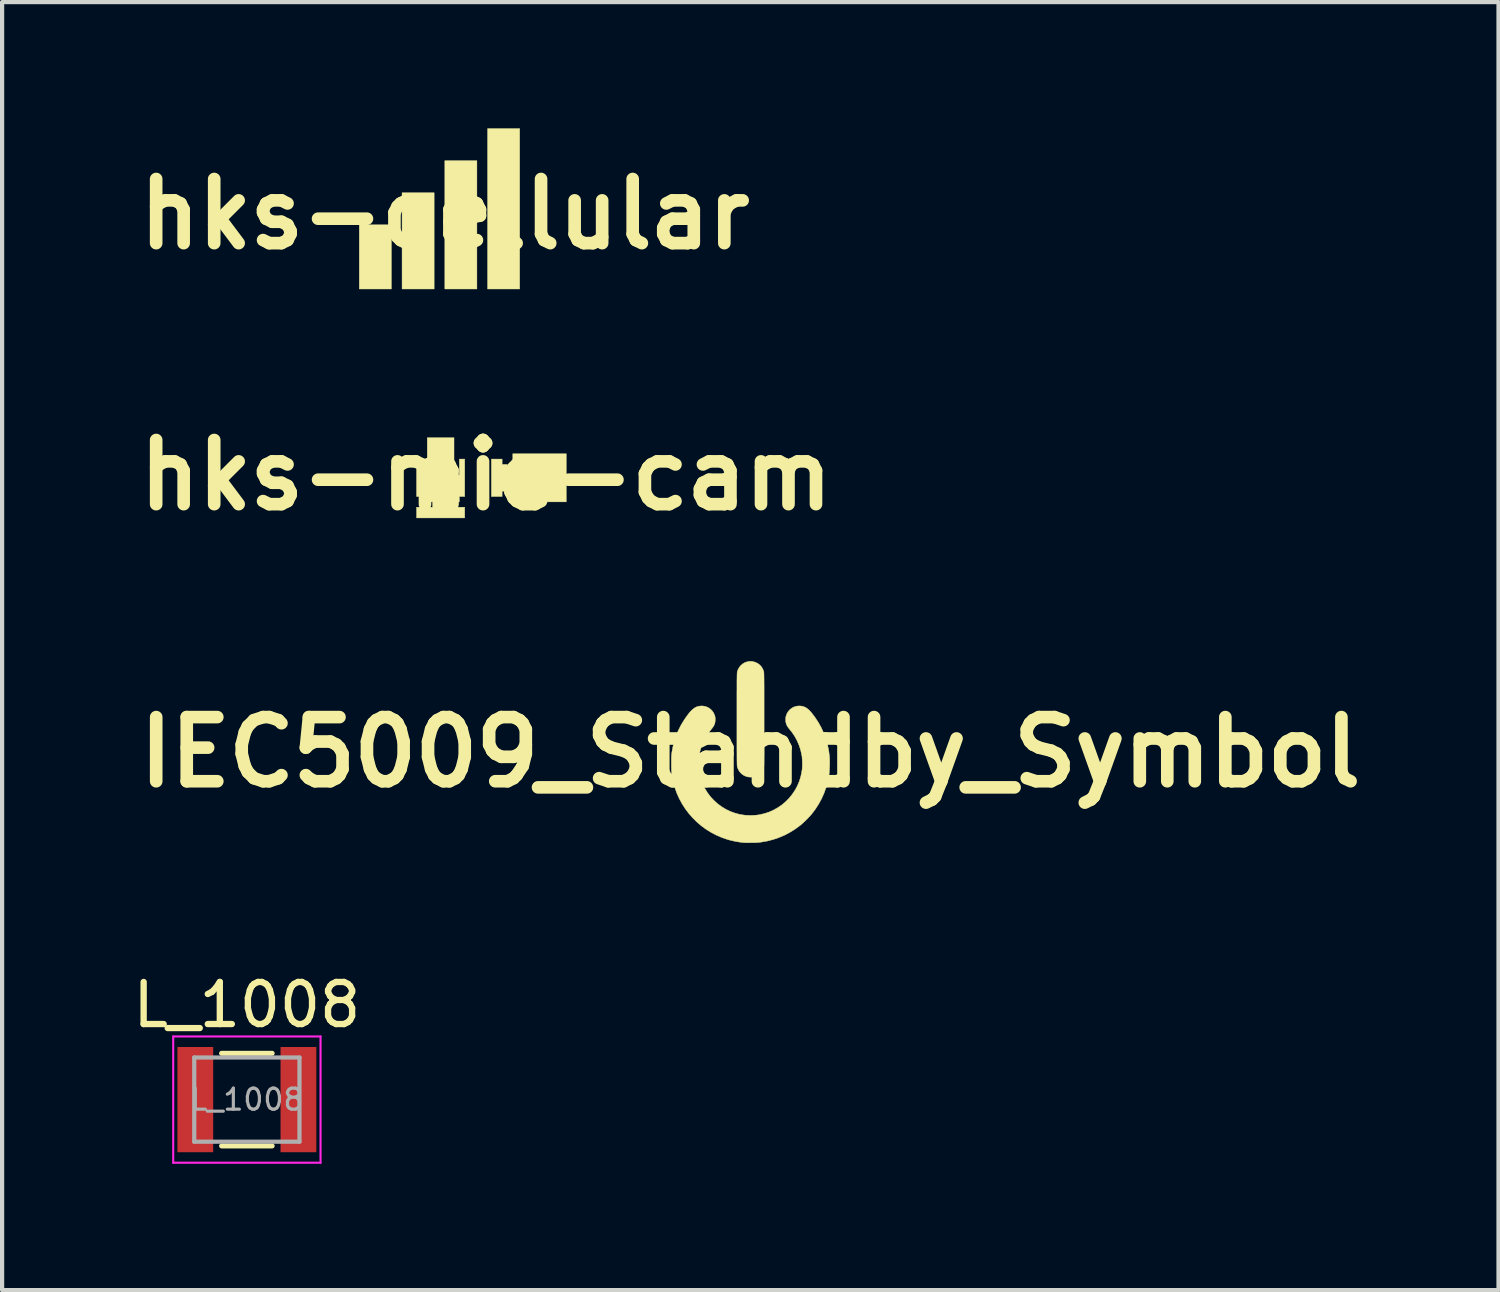
<source format=kicad_pcb>
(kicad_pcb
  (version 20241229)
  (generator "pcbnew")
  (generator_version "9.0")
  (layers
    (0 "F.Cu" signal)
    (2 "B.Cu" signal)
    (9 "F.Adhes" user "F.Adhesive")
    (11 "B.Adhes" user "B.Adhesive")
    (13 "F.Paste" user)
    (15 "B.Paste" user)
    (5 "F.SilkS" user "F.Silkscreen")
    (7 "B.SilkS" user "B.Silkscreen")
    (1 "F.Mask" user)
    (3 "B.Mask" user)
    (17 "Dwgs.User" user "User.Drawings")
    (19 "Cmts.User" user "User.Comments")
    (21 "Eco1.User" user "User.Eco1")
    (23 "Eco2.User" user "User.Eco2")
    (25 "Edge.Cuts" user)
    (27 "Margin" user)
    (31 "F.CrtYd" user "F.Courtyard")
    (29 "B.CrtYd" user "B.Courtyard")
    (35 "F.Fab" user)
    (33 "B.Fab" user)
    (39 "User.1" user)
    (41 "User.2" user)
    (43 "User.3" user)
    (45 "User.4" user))
  (footprint "hks-cellular"
    (layer "F.Cu")
    (at 7.518 2.037)
    (property "Reference" "hks-cellular" (at 0 0 0) (layer "F.SilkS") (effects (font (size 1.524 1.524) (thickness 0.3))))
    (attr through_hole)
    (fp_poly (pts (xy -1.27 1.778) (xy -2.032 1.778) (xy -2.032 0.254) (xy -1.27 0.254) (xy -1.27 1.778)) (stroke (width 0.01) (type solid)) (fill yes) (layer "F.SilkS"))
    (fp_poly (pts (xy -0.254 1.778) (xy -1.016 1.778) (xy -1.016 -0.508) (xy -0.254 -0.508) (xy -0.254 1.778)) (stroke (width 0.01) (type solid)) (fill yes) (layer "F.SilkS"))
    (fp_poly (pts (xy 0.762 1.778) (xy 0 1.778) (xy 0 -1.27) (xy 0.762 -1.27) (xy 0.762 1.778)) (stroke (width 0.01) (type solid)) (fill yes) (layer "F.SilkS"))
    (fp_poly (pts (xy 1.778 1.778) (xy 1.016 1.778) (xy 1.016 -2.032) (xy 1.778 -2.032) (xy 1.778 1.778)) (stroke (width 0.01) (type solid)) (fill yes) (layer "F.SilkS")))
  (footprint "L_1008"
    (layer "F.Cu")
    (at 2.815 23.074)
    (property "Reference" "L_1008" (at 0 -2.25 0) (layer "F.SilkS") (effects (font (size 1 1) (thickness 0.15))))
    (attr smd)
    (fp_line (start -0.6 -1.1) (end 0.6 -1.1) (stroke (width 0.12) (type solid)) (layer "F.SilkS"))
    (fp_line (start 0.6 1.1) (end -0.6 1.1) (stroke (width 0.12) (type solid)) (layer "F.SilkS"))
    (fp_line (start -1.75 -1.5) (end -1.75 1.5) (stroke (width 0.05) (type solid)) (layer "F.CrtYd"))
    (fp_line (start -1.75 -1.5) (end 1.75 -1.5) (stroke (width 0.05) (type solid)) (layer "F.CrtYd"))
    (fp_line (start -1.75 1.5) (end 1.75 1.5) (stroke (width 0.05) (type solid)) (layer "F.CrtYd"))
    (fp_line (start 1.75 -1.5) (end 1.75 1.5) (stroke (width 0.05) (type solid)) (layer "F.CrtYd"))
    (fp_line (start -1.25 -1) (end 1.25 -1) (stroke (width 0.1) (type solid)) (layer "F.Fab"))
    (fp_line (start -1.25 1) (end -1.25 -1) (stroke (width 0.1) (type solid)) (layer "F.Fab"))
    (fp_line (start 1.25 -1) (end 1.25 1) (stroke (width 0.1) (type solid)) (layer "F.Fab"))
    (fp_line (start 1.25 1) (end -1.25 1) (stroke (width 0.1) (type solid)) (layer "F.Fab"))
    (fp_text user "${REFERENCE}" (at 0 0 0) (layer "F.Fab") (effects (font (size 0.5 0.5) (thickness 0.075))))
    (pad "1" smd rect (at -1.225 0) (size 0.85 2.5) (layers "F.Cu" "F.Mask" "F.Paste"))
    (pad "2" smd rect (at 1.225 0) (size 0.85 2.5) (layers "F.Cu" "F.Mask" "F.Paste")))
  (footprint "hks-mic-cam"
    (layer "F.Cu")
    (at 8.498 8.238)
    (property "Reference" "hks-mic-cam" (at 0 0 0) (layer "F.SilkS") (effects (font (size 1.524 1.524) (thickness 0.3))))
    (attr through_hole)
    (fp_poly (pts (xy 1.905 0.635) (xy 0.635 0.635) (xy 0.635 0.254) (xy 0.508 0.254) (xy 0.508 0.381) (xy 0.381 0.381) (xy 0.381 0.508) (xy 0.127 0.508) (xy 0.127 -0.381) (xy 0.381 -0.381) (xy 0.381 -0.254) (xy 0.508 -0.254) (xy 0.508 -0.127) (xy 0.635 -0.127) (xy 0.635 -0.508) (xy 1.905 -0.508) (xy 1.905 0.635)) (stroke (width 0.01) (type solid)) (fill yes) (layer "F.SilkS"))
    (fp_poly (pts (xy -0.762 0) (xy -0.635 0) (xy -0.635 -0.381) (xy -0.508 -0.381) (xy -0.508 0.508) (xy -0.635 0.508) (xy -0.635 0.635) (xy -0.889 0.635) (xy -0.889 0.762) (xy -0.508 0.762) (xy -0.508 1.016) (xy -1.651 1.016) (xy -1.651 0.762) (xy -1.27 0.762) (xy -1.27 0.635) (xy -1.524 0.635) (xy -1.524 0.508) (xy -1.651 0.508) (xy -1.651 -0.381) (xy -1.524 -0.381) (xy -1.524 0) (xy -1.397 0) (xy -1.397 -0.889) (xy -0.762 -0.889) (xy -0.762 0)) (stroke (width 0.01) (type solid)) (fill yes) (layer "F.SilkS")))
  (footprint "IEC5009_Standby_Symbol"
    (layer "F.Cu")
    (at 14.776 14.821)
    (property "Reference" "IEC5009_Standby_Symbol" (at 0 0 0) (layer "F.SilkS") (effects (font (size 1.524 1.524) (thickness 0.3))))
    (attr through_hole)
    (fp_poly (pts (xy 0.021 -2.16) (xy 0.044 -2.157) (xy 0.056 -2.155) (xy 0.115 -2.139) (xy 0.169 -2.114) (xy 0.216 -2.081) (xy 0.257 -2.04) (xy 0.289 -1.991) (xy 0.313 -1.937) (xy 0.319 -1.916) (xy 0.32 -1.911) (xy 0.321 -1.905) (xy 0.322 -1.896) (xy 0.322 -1.884) (xy 0.323 -1.869) (xy 0.324 -1.85) (xy 0.324 -1.827) (xy 0.325 -1.799) (xy 0.325 -1.767) (xy 0.326 -1.728) (xy 0.326 -1.684) (xy 0.326 -1.633) (xy 0.327 -1.575) (xy 0.327 -1.51) (xy 0.327 -1.437) (xy 0.327 -1.355) (xy 0.327 -1.264) (xy 0.327 -1.165) (xy 0.327 -1.055) (xy 0.327 -0.935) (xy 0.327 -0.804) (xy 0.327 -0.786) (xy 0.327 -0.641) (xy 0.327 -0.506) (xy 0.327 -0.382) (xy 0.327 -0.269) (xy 0.327 -0.166) (xy 0.326 -0.073) (xy 0.326 0.009) (xy 0.326 0.082) (xy 0.325 0.146) (xy 0.325 0.2) (xy 0.324 0.245) (xy 0.324 0.281) (xy 0.323 0.308) (xy 0.322 0.327) (xy 0.321 0.338) (xy 0.321 0.34) (xy 0.305 0.392) (xy 0.279 0.441) (xy 0.244 0.485) (xy 0.203 0.524) (xy 0.156 0.554) (xy 0.104 0.576) (xy 0.075 0.584) (xy 0.014 0.592) (xy -0.045 0.588) (xy -0.077 0.581) (xy -0.134 0.561) (xy -0.185 0.531) (xy -0.229 0.493) (xy -0.266 0.447) (xy -0.294 0.392) (xy -0.309 0.353) (xy -0.31 0.348) (xy -0.311 0.343) (xy -0.312 0.337) (xy -0.313 0.329) (xy -0.314 0.319) (xy -0.315 0.307) (xy -0.315 0.291) (xy -0.316 0.272) (xy -0.316 0.249) (xy -0.317 0.221) (xy -0.317 0.188) (xy -0.318 0.15) (xy -0.318 0.105) (xy -0.318 0.055) (xy -0.318 -0.003) (xy -0.319 -0.068) (xy -0.319 -0.141) (xy -0.319 -0.222) (xy -0.319 -0.312) (xy -0.319 -0.412) (xy -0.319 -0.521) (xy -0.319 -0.64) (xy -0.319 -0.771) (xy -0.319 -0.782) (xy -0.319 -0.913) (xy -0.319 -1.034) (xy -0.319 -1.144) (xy -0.319 -1.244) (xy -0.319 -1.335) (xy -0.319 -1.418) (xy -0.318 -1.491) (xy -0.318 -1.557) (xy -0.318 -1.616) (xy -0.318 -1.667) (xy -0.318 -1.712) (xy -0.317 -1.751) (xy -0.317 -1.784) (xy -0.316 -1.813) (xy -0.316 -1.836) (xy -0.315 -1.856) (xy -0.314 -1.872) (xy -0.314 -1.885) (xy -0.313 -1.895) (xy -0.312 -1.904) (xy -0.311 -1.91) (xy -0.31 -1.915) (xy -0.309 -1.918) (xy -0.289 -1.971) (xy -0.261 -2.019) (xy -0.223 -2.064) (xy -0.181 -2.1) (xy -0.135 -2.128) (xy -0.084 -2.146) (xy -0.046 -2.154) (xy -0.019 -2.159) (xy 0.001 -2.16) (xy 0.021 -2.16)) (stroke (width 0.01) (type solid)) (fill yes) (layer "F.SilkS"))
    (fp_poly (pts (xy -1.086 -1.092) (xy -1.033 -1.076) (xy -0.983 -1.05) (xy -0.939 -1.017) (xy -0.901 -0.977) (xy -0.87 -0.929) (xy -0.847 -0.876) (xy -0.84 -0.852) (xy -0.835 -0.82) (xy -0.834 -0.782) (xy -0.835 -0.744) (xy -0.839 -0.709) (xy -0.841 -0.7) (xy -0.848 -0.673) (xy -0.858 -0.648) (xy -0.871 -0.623) (xy -0.889 -0.595) (xy -0.912 -0.564) (xy -0.941 -0.527) (xy -0.95 -0.517) (xy -1.017 -0.428) (xy -1.075 -0.332) (xy -1.126 -0.23) (xy -1.167 -0.123) (xy -1.199 -0.012) (xy -1.221 0.101) (xy -1.225 0.13) (xy -1.228 0.165) (xy -1.23 0.207) (xy -1.23 0.255) (xy -1.23 0.304) (xy -1.228 0.351) (xy -1.225 0.394) (xy -1.222 0.423) (xy -1.201 0.542) (xy -1.169 0.656) (xy -1.127 0.765) (xy -1.076 0.869) (xy -1.014 0.968) (xy -0.943 1.061) (xy -0.869 1.14) (xy -0.781 1.221) (xy -0.687 1.291) (xy -0.587 1.352) (xy -0.483 1.403) (xy -0.373 1.444) (xy -0.26 1.475) (xy -0.152 1.493) (xy -0.105 1.498) (xy -0.05 1.5) (xy 0.01 1.501) (xy 0.07 1.499) (xy 0.128 1.496) (xy 0.181 1.49) (xy 0.215 1.485) (xy 0.331 1.458) (xy 0.443 1.422) (xy 0.549 1.375) (xy 0.651 1.318) (xy 0.746 1.253) (xy 0.836 1.178) (xy 0.918 1.096) (xy 0.992 1.005) (xy 1.059 0.906) (xy 1.067 0.894) (xy 1.12 0.794) (xy 1.164 0.688) (xy 1.198 0.578) (xy 1.222 0.464) (xy 1.231 0.401) (xy 1.233 0.368) (xy 1.235 0.326) (xy 1.235 0.28) (xy 1.235 0.231) (xy 1.233 0.183) (xy 1.23 0.138) (xy 1.227 0.099) (xy 1.222 0.071) (xy 1.196 -0.047) (xy 1.16 -0.16) (xy 1.114 -0.268) (xy 1.06 -0.37) (xy 0.997 -0.464) (xy 0.955 -0.517) (xy 0.924 -0.556) (xy 0.899 -0.588) (xy 0.88 -0.616) (xy 0.866 -0.642) (xy 0.856 -0.667) (xy 0.848 -0.693) (xy 0.846 -0.7) (xy 0.841 -0.732) (xy 0.839 -0.771) (xy 0.84 -0.809) (xy 0.844 -0.844) (xy 0.846 -0.852) (xy 0.865 -0.908) (xy 0.893 -0.958) (xy 0.929 -1.002) (xy 0.972 -1.039) (xy 1.021 -1.068) (xy 1.074 -1.088) (xy 1.131 -1.099) (xy 1.185 -1.099) (xy 1.226 -1.094) (xy 1.265 -1.084) (xy 1.302 -1.069) (xy 1.338 -1.048) (xy 1.374 -1.02) (xy 1.412 -0.984) (xy 1.451 -0.941) (xy 1.492 -0.888) (xy 1.535 -0.83) (xy 1.616 -0.708) (xy 1.686 -0.581) (xy 1.746 -0.449) (xy 1.796 -0.313) (xy 1.835 -0.173) (xy 1.864 -0.029) (xy 1.88 0.098) (xy 1.883 0.141) (xy 1.884 0.192) (xy 1.885 0.248) (xy 1.884 0.308) (xy 1.882 0.367) (xy 1.879 0.425) (xy 1.876 0.477) (xy 1.871 0.522) (xy 1.869 0.539) (xy 1.841 0.686) (xy 1.802 0.828) (xy 1.754 0.966) (xy 1.695 1.099) (xy 1.626 1.227) (xy 1.547 1.35) (xy 1.47 1.453) (xy 1.439 1.49) (xy 1.401 1.532) (xy 1.359 1.576) (xy 1.315 1.62) (xy 1.271 1.662) (xy 1.229 1.7) (xy 1.192 1.732) (xy 1.188 1.735) (xy 1.069 1.823) (xy 0.944 1.901) (xy 0.816 1.969) (xy 0.682 2.026) (xy 0.545 2.073) (xy 0.404 2.11) (xy 0.259 2.135) (xy 0.181 2.145) (xy 0.16 2.146) (xy 0.129 2.147) (xy 0.092 2.148) (xy 0.051 2.149) (xy 0.007 2.149) (xy -0.037 2.15) (xy -0.078 2.149) (xy -0.114 2.149) (xy -0.144 2.148) (xy -0.161 2.147) (xy -0.243 2.137) (xy -0.331 2.123) (xy -0.42 2.104) (xy -0.507 2.083) (xy -0.547 2.071) (xy -0.681 2.025) (xy -0.81 1.969) (xy -0.934 1.904) (xy -1.053 1.83) (xy -1.166 1.747) (xy -1.272 1.656) (xy -1.371 1.558) (xy -1.463 1.453) (xy -1.547 1.341) (xy -1.622 1.224) (xy -1.689 1.101) (xy -1.746 0.973) (xy -1.794 0.841) (xy -1.831 0.705) (xy -1.834 0.694) (xy -1.845 0.642) (xy -1.854 0.597) (xy -1.861 0.555) (xy -1.867 0.514) (xy -1.871 0.473) (xy -1.874 0.429) (xy -1.875 0.38) (xy -1.876 0.324) (xy -1.876 0.268) (xy -1.876 0.215) (xy -1.876 0.171) (xy -1.876 0.136) (xy -1.875 0.106) (xy -1.873 0.081) (xy -1.871 0.058) (xy -1.869 0.036) (xy -1.866 0.013) (xy -1.864 0) (xy -1.837 -0.141) (xy -1.802 -0.275) (xy -1.759 -0.403) (xy -1.707 -0.526) (xy -1.646 -0.646) (xy -1.574 -0.764) (xy -1.566 -0.776) (xy -1.518 -0.846) (xy -1.473 -0.907) (xy -1.431 -0.958) (xy -1.391 -0.999) (xy -1.352 -1.033) (xy -1.315 -1.059) (xy -1.279 -1.077) (xy -1.259 -1.084) (xy -1.201 -1.097) (xy -1.143 -1.1) (xy -1.086 -1.092)) (stroke (width 0.01) (type solid)) (fill yes) (layer "F.SilkS")))
  (gr_rect
    (start -3 -3)
    (end 32.551 27.599)
    (stroke (width 0.1) (type default))
    (fill no)
    (layer "Edge.Cuts")))
</source>
